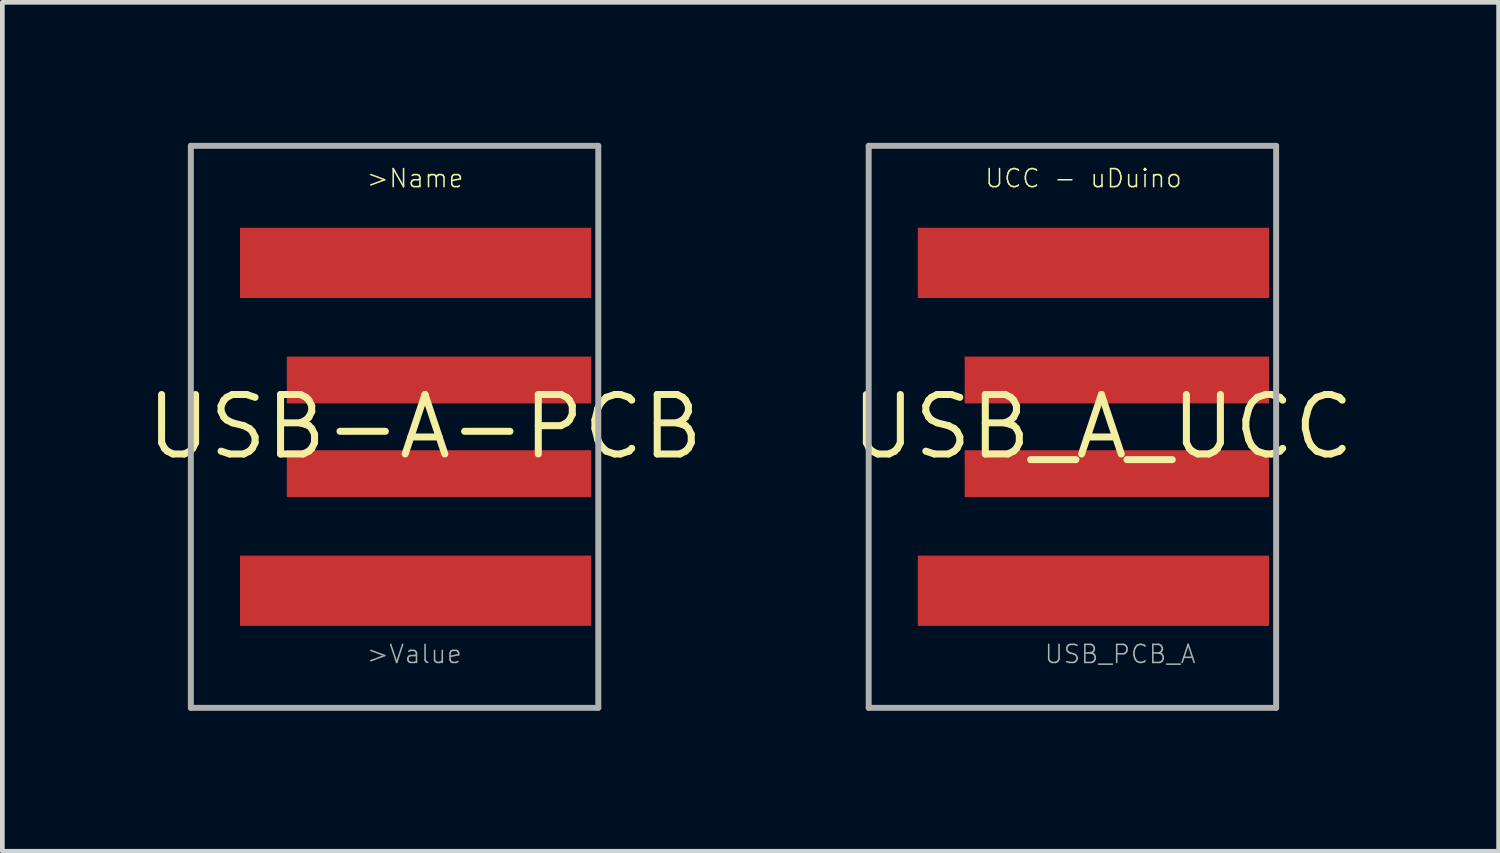
<source format=kicad_pcb>
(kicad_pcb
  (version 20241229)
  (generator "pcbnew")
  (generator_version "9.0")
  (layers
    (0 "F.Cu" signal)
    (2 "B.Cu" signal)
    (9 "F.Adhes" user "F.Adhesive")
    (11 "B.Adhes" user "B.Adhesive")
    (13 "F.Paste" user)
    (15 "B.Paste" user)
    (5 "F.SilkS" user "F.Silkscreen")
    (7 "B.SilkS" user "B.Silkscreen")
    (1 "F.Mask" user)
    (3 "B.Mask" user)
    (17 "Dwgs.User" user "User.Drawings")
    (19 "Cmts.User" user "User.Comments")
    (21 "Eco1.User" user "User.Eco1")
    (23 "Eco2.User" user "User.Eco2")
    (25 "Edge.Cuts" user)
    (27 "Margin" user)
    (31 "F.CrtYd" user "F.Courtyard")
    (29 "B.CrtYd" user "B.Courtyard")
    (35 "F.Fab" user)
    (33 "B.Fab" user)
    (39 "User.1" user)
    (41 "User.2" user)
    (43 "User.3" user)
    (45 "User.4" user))
  (footprint "USB-A-PCB"
    (layer "F.Cu")
    (at 6.025 6.064)
    (property "Reference" "USB-A-PCB" (at 0 0 0) (layer "F.SilkS") (effects (font (size 1.27 1.27) (thickness 0.15))))
    (attr through_hole)
    (fp_line (start -5 -6) (end 3.7 -6) (stroke (width 0.127) (type solid)) (layer "F.Fab"))
    (fp_line (start -5 6) (end -5 -6) (stroke (width 0.127) (type solid)) (layer "F.Fab"))
    (fp_line (start 3.7 -6) (end 3.7 6) (stroke (width 0.127) (type solid)) (layer "F.Fab"))
    (fp_line (start 3.7 6) (end -5 6) (stroke (width 0.127) (type solid)) (layer "F.Fab"))
    (fp_text user ">Name" (at -1.27 -5.08 0) (layer "F.SilkS") (effects (font (size 0.386 0.386) (thickness 0.033)) (justify left bottom)))
    (fp_text user ">Value" (at -1.27 5.08 0) (layer "F.Fab") (effects (font (size 0.386 0.386) (thickness 0.033)) (justify left bottom)))
    (pad "5V" smd rect (at -0.2 3.5) (size 7.5 1.5) (layers "F.Cu" "F.Mask" "F.Paste"))
    (pad "GND" smd rect (at -0.2 -3.5) (size 7.5 1.5) (layers "F.Cu" "F.Mask" "F.Paste"))
    (pad "USB_M" smd rect (at 0.3 1) (size 6.5 1) (layers "F.Cu" "F.Mask" "F.Paste"))
    (pad "USB_P" smd rect (at 0.3 -1) (size 6.5 1) (layers "F.Cu" "F.Mask" "F.Paste")))
  (footprint "USB_A_UCC"
    (layer "F.Cu")
    (at 20.499 6.064)
    (property "Reference" "USB_A_UCC" (at 0 0 0) (layer "F.SilkS") (effects (font (size 1.27 1.27) (thickness 0.15))))
    (attr through_hole)
    (fp_line (start -5 -6) (end 3.7 -6) (stroke (width 0.127) (type solid)) (layer "F.Fab"))
    (fp_line (start -5 6) (end -5 -6) (stroke (width 0.127) (type solid)) (layer "F.Fab"))
    (fp_line (start 3.7 -6) (end 3.7 6) (stroke (width 0.127) (type solid)) (layer "F.Fab"))
    (fp_line (start 3.7 6) (end -5 6) (stroke (width 0.127) (type solid)) (layer "F.Fab"))
    (fp_text user "UCC - uDuino" (at -2.54 -5.08 0) (layer "F.SilkS") (effects (font (size 0.386 0.386) (thickness 0.033)) (justify left bottom)))
    (fp_text user "USB_PCB_A" (at -1.27 5.08 0) (layer "F.Fab") (effects (font (size 0.386 0.386) (thickness 0.033)) (justify left bottom)))
    (pad "1" smd rect (at -0.2 3.5) (size 7.5 1.5) (layers "F.Cu" "F.Mask" "F.Paste"))
    (pad "2" smd rect (at 0.3 1) (size 6.5 1) (layers "F.Cu" "F.Mask" "F.Paste"))
    (pad "3" smd rect (at 0.3 -1) (size 6.5 1) (layers "F.Cu" "F.Mask" "F.Paste"))
    (pad "4" smd rect (at -0.2 -3.5) (size 7.5 1.5) (layers "F.Cu" "F.Mask" "F.Paste")))
  (gr_rect
    (start -3 -3)
    (end 28.95 15.127)
    (stroke (width 0.1) (type default))
    (fill no)
    (layer "Edge.Cuts")))
</source>
